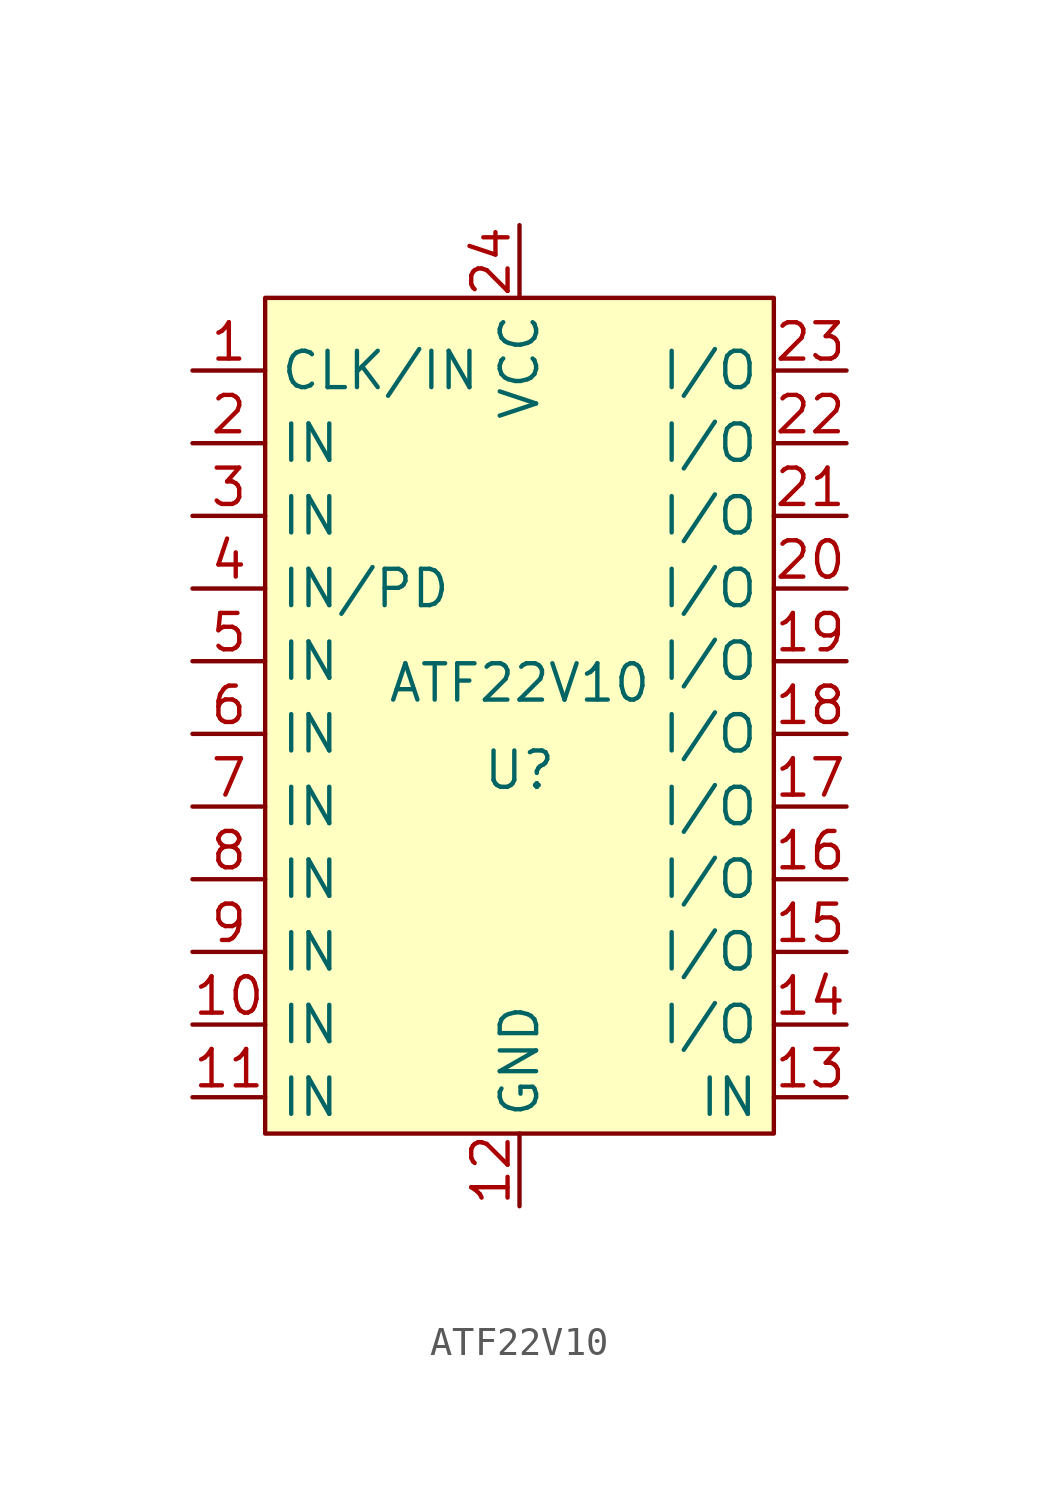
<source format=kicad_sym>
(kicad_symbol_lib
  (version 20231120)
  (generator "kicad_symbol_editor")
  (generator_version "8.0")
  (symbol "ATF22V10"
    (property "Reference" "U"
      (at 0 -1.27 0)
      (effects (font (size 1.27 1.27))))
    (property "Value" "ATF22V10"
      (at 0 1.778 0)
      (effects (font (size 1.27 1.27))))
    (symbol "ATF22V10_0_0"
      (pin input line (at -11.43 12.7 0) (length 2.54) (name "CLK/IN" (effects (font (size 1.27 1.27)))) (number "1" (effects (font (size 1.27 1.27)))))
      (pin input line (at -11.43 -10.16 0) (length 2.54) (name "IN" (effects (font (size 1.27 1.27)))) (number "10" (effects (font (size 1.27 1.27)))))
      (pin input line (at -11.43 -12.7 0) (length 2.54) (name "IN" (effects (font (size 1.27 1.27)))) (number "11" (effects (font (size 1.27 1.27)))))
      (pin input line (at 11.43 -12.7 180) (length 2.54) (name "IN" (effects (font (size 1.27 1.27)))) (number "13" (effects (font (size 1.27 1.27)))))
      (pin bidirectional line (at 11.43 -10.16 180) (length 2.54) (name "I/O" (effects (font (size 1.27 1.27)))) (number "14" (effects (font (size 1.27 1.27)))))
      (pin bidirectional line (at 11.43 -7.62 180) (length 2.54) (name "I/O" (effects (font (size 1.27 1.27)))) (number "15" (effects (font (size 1.27 1.27)))))
      (pin bidirectional line (at 11.43 -5.08 180) (length 2.54) (name "I/O" (effects (font (size 1.27 1.27)))) (number "16" (effects (font (size 1.27 1.27)))))
      (pin bidirectional line (at 11.43 -2.54 180) (length 2.54) (name "I/O" (effects (font (size 1.27 1.27)))) (number "17" (effects (font (size 1.27 1.27)))))
      (pin bidirectional line (at 11.43 0 180) (length 2.54) (name "I/O" (effects (font (size 1.27 1.27)))) (number "18" (effects (font (size 1.27 1.27)))))
      (pin bidirectional line (at 11.43 2.54 180) (length 2.54) (name "I/O" (effects (font (size 1.27 1.27)))) (number "19" (effects (font (size 1.27 1.27)))))
      (pin input line (at -11.43 10.16 0) (length 2.54) (name "IN" (effects (font (size 1.27 1.27)))) (number "2" (effects (font (size 1.27 1.27)))))
      (pin bidirectional line (at 11.43 5.08 180) (length 2.54) (name "I/O" (effects (font (size 1.27 1.27)))) (number "20" (effects (font (size 1.27 1.27)))))
      (pin bidirectional line (at 11.43 7.62 180) (length 2.54) (name "I/O" (effects (font (size 1.27 1.27)))) (number "21" (effects (font (size 1.27 1.27)))))
      (pin bidirectional line (at 11.43 10.16 180) (length 2.54) (name "I/O" (effects (font (size 1.27 1.27)))) (number "22" (effects (font (size 1.27 1.27)))))
      (pin bidirectional line (at 11.43 12.7 180) (length 2.54) (name "I/O" (effects (font (size 1.27 1.27)))) (number "23" (effects (font (size 1.27 1.27)))))
      (pin input line (at -11.43 7.62 0) (length 2.54) (name "IN" (effects (font (size 1.27 1.27)))) (number "3" (effects (font (size 1.27 1.27)))))
      (pin input line (at -11.43 5.08 0) (length 2.54) (name "IN/PD" (effects (font (size 1.27 1.27)))) (number "4" (effects (font (size 1.27 1.27)))))
      (pin input line (at -11.43 2.54 0) (length 2.54) (name "IN" (effects (font (size 1.27 1.27)))) (number "5" (effects (font (size 1.27 1.27)))))
      (pin input line (at -11.43 0 0) (length 2.54) (name "IN" (effects (font (size 1.27 1.27)))) (number "6" (effects (font (size 1.27 1.27)))))
      (pin input line (at -11.43 -2.54 0) (length 2.54) (name "IN" (effects (font (size 1.27 1.27)))) (number "7" (effects (font (size 1.27 1.27)))))
      (pin input line (at -11.43 -5.08 0) (length 2.54) (name "IN" (effects (font (size 1.27 1.27)))) (number "8" (effects (font (size 1.27 1.27)))))
      (pin input line (at -11.43 -7.62 0) (length 2.54) (name "IN" (effects (font (size 1.27 1.27)))) (number "9" (effects (font (size 1.27 1.27))))))
    (symbol "ATF22V10_1_0"
      (pin power_in line (at 0 -16.51 90) (length 2.54) (name "GND" (effects (font (size 1.27 1.27)))) (number "12" (effects (font (size 1.27 1.27)))))
      (pin power_in line (at 0 17.78 270) (length 2.54) (name "VCC" (effects (font (size 1.27 1.27)))) (number "24" (effects (font (size 1.27 1.27))))))
    (symbol "ATF22V10_1_1"
      (rectangle (start -8.89 15.24) (end 8.89 -13.97) (stroke (width 0) (type default)) (fill (type background))))))
</source>
